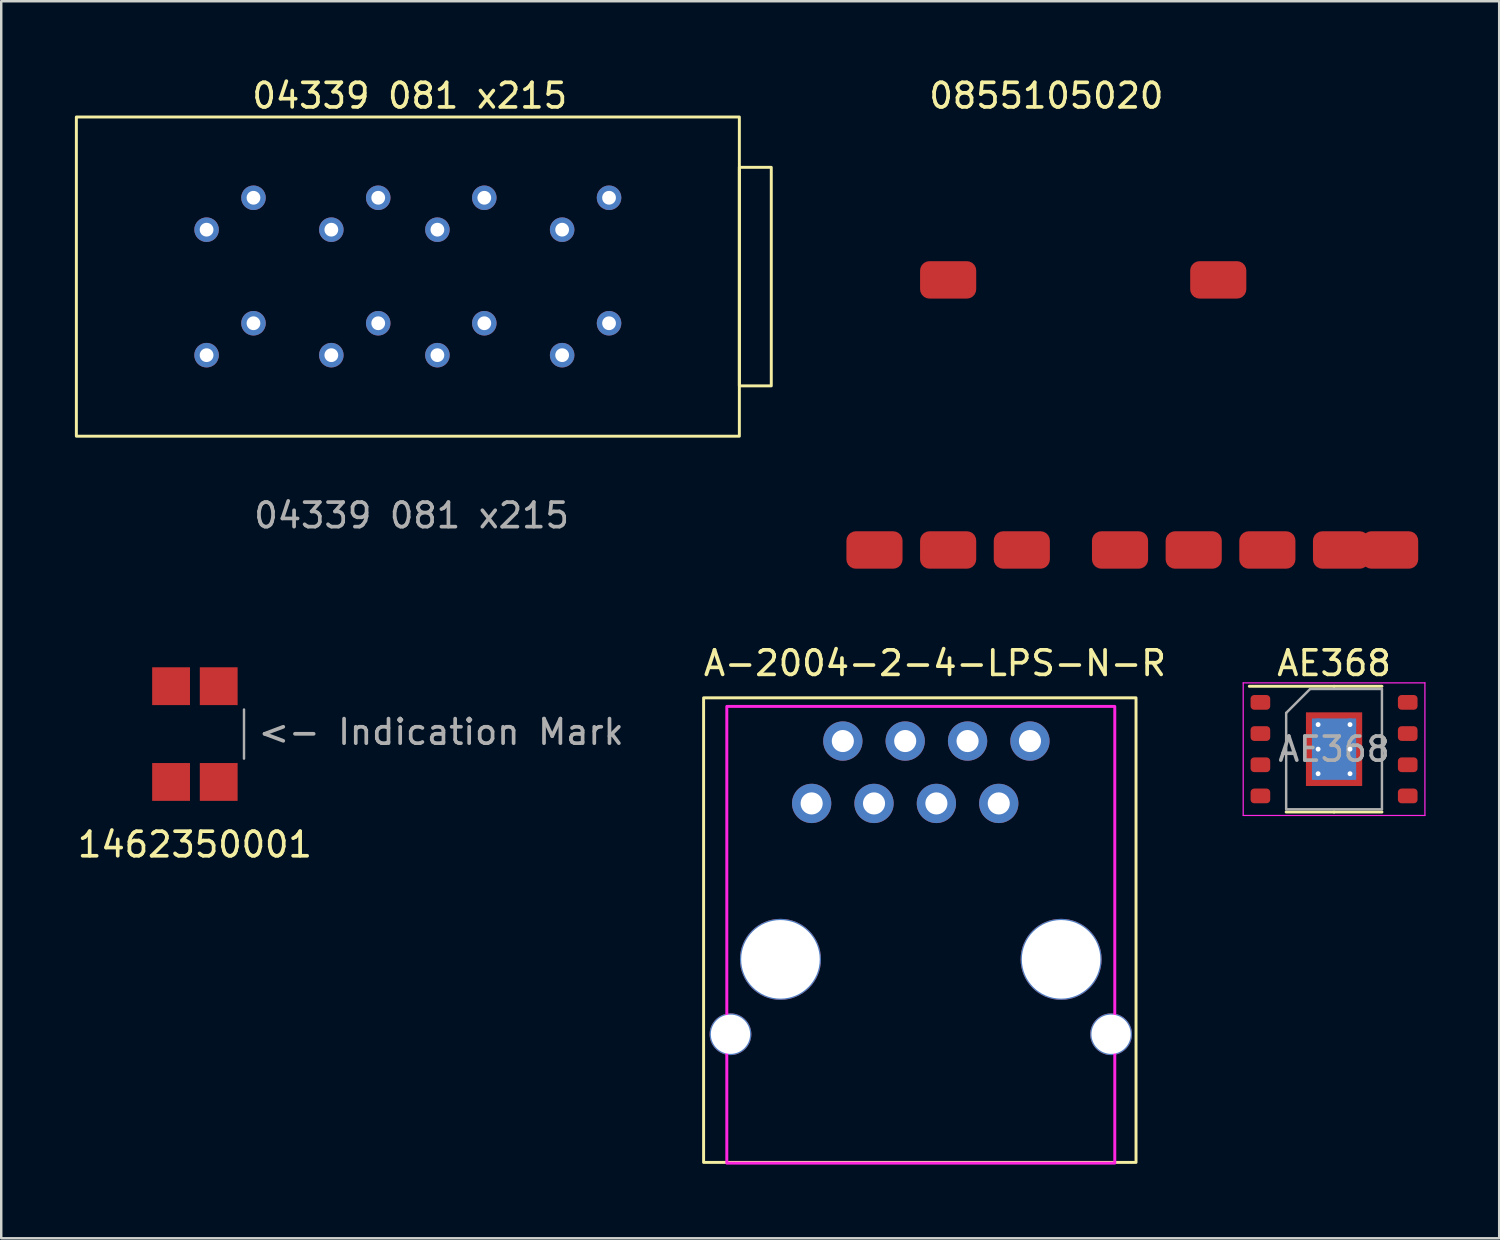
<source format=kicad_pcb>
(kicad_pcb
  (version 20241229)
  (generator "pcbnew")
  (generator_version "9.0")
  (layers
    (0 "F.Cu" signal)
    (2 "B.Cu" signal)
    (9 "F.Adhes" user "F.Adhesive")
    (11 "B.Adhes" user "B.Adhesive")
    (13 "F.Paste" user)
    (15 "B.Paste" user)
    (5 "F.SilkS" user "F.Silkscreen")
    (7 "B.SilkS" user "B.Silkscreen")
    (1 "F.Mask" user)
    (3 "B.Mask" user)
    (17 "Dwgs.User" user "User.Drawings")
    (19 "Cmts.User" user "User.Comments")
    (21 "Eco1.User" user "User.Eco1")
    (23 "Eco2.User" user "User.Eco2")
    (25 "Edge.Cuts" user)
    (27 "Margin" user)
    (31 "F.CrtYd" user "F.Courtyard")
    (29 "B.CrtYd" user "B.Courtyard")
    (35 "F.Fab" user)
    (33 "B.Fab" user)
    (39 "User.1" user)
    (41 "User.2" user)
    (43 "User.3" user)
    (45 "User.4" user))
  (footprint "04339 081 x215"
    (layer "F.Cu")
    (at 13.56 8.214)
    (property "Reference" "04339 081 x215" (at 0.076 -7.366 0) (unlocked yes) (layer "F.SilkS") (effects (font (size 1 1) (thickness 0.15))))
    (attr through_hole)
    (fp_rect (start -13.5 -6.5) (end 13.5 6.5) (stroke (width 0.12) (type solid)) (fill no) (layer "F.SilkS"))
    (fp_rect (start 13.5 -4.45) (end 14.8 4.45) (stroke (width 0.12) (type solid)) (fill no) (layer "F.SilkS"))
    (fp_text user "${REFERENCE}" (at 0.152 9.728 0) (unlocked yes) (layer "F.Fab") (effects (font (size 1 1) (thickness 0.15))))
    (pad "1" thru_hole circle (at -8.197 -1.91) (size 1 1) (drill 0.56) (layers "*.Cu" "*.Mask"))
    (pad "1" thru_hole circle (at -6.287 -3.21) (size 1 1) (drill 0.56) (layers "*.Cu" "*.Mask"))
    (pad "1" thru_hole circle (at -3.117 -1.91) (size 1 1) (drill 0.56) (layers "*.Cu" "*.Mask"))
    (pad "1" thru_hole circle (at -1.207 -3.21) (size 1 1) (drill 0.56) (layers "*.Cu" "*.Mask"))
    (pad "2" thru_hole circle (at -8.197 3.2) (size 1 1) (drill 0.56) (layers "*.Cu" "*.Mask"))
    (pad "2" thru_hole circle (at -6.287 1.9) (size 1 1) (drill 0.56) (layers "*.Cu" "*.Mask"))
    (pad "2" thru_hole circle (at -3.117 3.2) (size 1 1) (drill 0.56) (layers "*.Cu" "*.Mask"))
    (pad "2" thru_hole circle (at -1.207 1.9) (size 1 1) (drill 0.56) (layers "*.Cu" "*.Mask"))
    (pad "3" thru_hole circle (at 1.203 3.2) (size 1 1) (drill 0.56) (layers "*.Cu" "*.Mask"))
    (pad "3" thru_hole circle (at 3.113 1.9) (size 1 1) (drill 0.56) (layers "*.Cu" "*.Mask"))
    (pad "3" thru_hole circle (at 6.283 3.2) (size 1 1) (drill 0.56) (layers "*.Cu" "*.Mask"))
    (pad "3" thru_hole circle (at 8.193 1.9) (size 1 1) (drill 0.56) (layers "*.Cu" "*.Mask"))
    (pad "4" thru_hole circle (at 1.203 -1.91) (size 1 1) (drill 0.56) (layers "*.Cu" "*.Mask"))
    (pad "4" thru_hole circle (at 3.113 -3.21) (size 1 1) (drill 0.56) (layers "*.Cu" "*.Mask"))
    (pad "4" thru_hole circle (at 6.283 -1.91) (size 1 1) (drill 0.56) (layers "*.Cu" "*.Mask"))
    (pad "4" thru_hole circle (at 8.193 -3.21) (size 1 1) (drill 0.56) (layers "*.Cu" "*.Mask")))
  (footprint "0855105020"
    (layer "F.Cu")
    (at 39.563 10.348)
    (property "Reference" "0855105020" (at 0 -9.5 0) (unlocked yes) (layer "F.SilkS") (effects (font (size 1 1) (thickness 0.15))))
    (attr smd)
    (pad "1" smd roundrect (at -7 9) (size 2.286 1.524) (layers "F.Cu" "F.Mask" "F.Paste") (roundrect_rratio 0.25))
    (pad "2" smd roundrect (at -4 9) (size 2.286 1.524) (layers "F.Cu" "F.Mask" "F.Paste") (roundrect_rratio 0.25))
    (pad "3" smd roundrect (at -1 9) (size 2.286 1.524) (layers "F.Cu" "F.Mask" "F.Paste") (roundrect_rratio 0.25))
    (pad "4" smd roundrect (at 3 9) (size 2.286 1.524) (layers "F.Cu" "F.Mask" "F.Paste") (roundrect_rratio 0.25))
    (pad "5" smd roundrect (at 6 9) (size 2.286 1.524) (layers "F.Cu" "F.Mask" "F.Paste") (roundrect_rratio 0.25))
    (pad "6" smd roundrect (at 9 9) (size 2.286 1.524) (layers "F.Cu" "F.Mask" "F.Paste") (roundrect_rratio 0.25))
    (pad "7" smd roundrect (at 12 9) (size 2.286 1.524) (layers "F.Cu" "F.Mask" "F.Paste") (roundrect_rratio 0.25))
    (pad "8" smd roundrect (at 14 9) (size 2.286 1.524) (layers "F.Cu" "F.Mask" "F.Paste") (roundrect_rratio 0.25))
    (pad "9" smd roundrect (at -4 -2) (size 2.286 1.524) (layers "F.Cu" "F.Mask" "F.Paste") (roundrect_rratio 0.25))
    (pad "10" smd roundrect (at 7 -2) (size 2.286 1.524) (layers "F.Cu" "F.Mask" "F.Paste") (roundrect_rratio 0.25)))
  (footprint "AE368"
    (layer "F.Cu")
    (at 51.279 27.459)
    (property "Reference" "AE368" (at 0 -3.5 0) (unlocked yes) (layer "F.SilkS") (effects (font (size 1 1) (thickness 0.15))))
    (attr smd)
    (fp_line (start 0 -2.56) (end -3.45 -2.56) (stroke (width 0.12) (type solid)) (layer "F.SilkS"))
    (fp_line (start 0 -2.56) (end 1.95 -2.56) (stroke (width 0.12) (type solid)) (layer "F.SilkS"))
    (fp_line (start 0 2.56) (end -1.95 2.56) (stroke (width 0.12) (type solid)) (layer "F.SilkS"))
    (fp_line (start 0 2.56) (end 1.95 2.56) (stroke (width 0.12) (type solid)) (layer "F.SilkS"))
    (fp_line (start -3.7 -2.7) (end -3.7 2.7) (stroke (width 0.05) (type solid)) (layer "F.CrtYd"))
    (fp_line (start -3.7 2.7) (end 3.7 2.7) (stroke (width 0.05) (type solid)) (layer "F.CrtYd"))
    (fp_line (start 3.7 -2.7) (end -3.7 -2.7) (stroke (width 0.05) (type solid)) (layer "F.CrtYd"))
    (fp_line (start 3.7 2.7) (end 3.7 -2.7) (stroke (width 0.05) (type solid)) (layer "F.CrtYd"))
    (fp_line (start -1.95 -1.475) (end -0.975 -2.45) (stroke (width 0.1) (type solid)) (layer "F.Fab"))
    (fp_line (start -1.95 2.45) (end -1.95 -1.475) (stroke (width 0.1) (type solid)) (layer "F.Fab"))
    (fp_line (start -0.975 -2.45) (end 1.95 -2.45) (stroke (width 0.1) (type solid)) (layer "F.Fab"))
    (fp_line (start 1.95 -2.45) (end 1.95 2.45) (stroke (width 0.1) (type solid)) (layer "F.Fab"))
    (fp_line (start 1.95 2.45) (end -1.95 2.45) (stroke (width 0.1) (type solid)) (layer "F.Fab"))
    (fp_text user "${REFERENCE}" (at 0 0 0) (layer "F.Fab") (effects (font (size 0.98 0.98) (thickness 0.15))))
    (pad "" smd roundrect (at -0.57 -0.75) (size 0.96 1.25) (layers "F.Paste") (roundrect_rratio 0.25))
    (pad "" smd roundrect (at -0.57 0.75) (size 0.96 1.25) (layers "F.Paste") (roundrect_rratio 0.25))
    (pad "" smd roundrect (at 0.57 -0.75) (size 0.96 1.25) (layers "F.Paste") (roundrect_rratio 0.25))
    (pad "" smd roundrect (at 0.57 0.75) (size 0.96 1.25) (layers "F.Paste") (roundrect_rratio 0.25))
    (pad "1" smd roundrect (at -3 -1.905) (size 0.8 0.6) (layers "F.Cu" "F.Mask" "F.Paste") (roundrect_rratio 0.25))
    (pad "2" smd roundrect (at -3 -0.635) (size 0.8 0.6) (layers "F.Cu" "F.Mask" "F.Paste") (roundrect_rratio 0.25))
    (pad "3" smd roundrect (at -3 0.635) (size 0.8 0.6) (layers "F.Cu" "F.Mask" "F.Paste") (roundrect_rratio 0.25))
    (pad "4" smd roundrect (at -3 1.905) (size 0.8 0.6) (layers "F.Cu" "F.Mask" "F.Paste") (roundrect_rratio 0.25))
    (pad "5" smd roundrect (at 3 1.905) (size 0.8 0.6) (layers "F.Cu" "F.Mask" "F.Paste") (roundrect_rratio 0.25))
    (pad "6" smd roundrect (at 3 0.635) (size 0.8 0.6) (layers "F.Cu" "F.Mask" "F.Paste") (roundrect_rratio 0.25))
    (pad "7" smd roundrect (at 3 -0.635) (size 0.8 0.6) (layers "F.Cu" "F.Mask" "F.Paste") (roundrect_rratio 0.25))
    (pad "8" smd roundrect (at 3 -1.905) (size 0.8 0.6) (layers "F.Cu" "F.Mask" "F.Paste") (roundrect_rratio 0.25))
    (pad "9" thru_hole circle (at -0.65 -1) (size 0.5 0.5) (drill 0.2) (layers "*.Cu"))
    (pad "9" thru_hole circle (at -0.65 0) (size 0.5 0.5) (drill 0.2) (layers "*.Cu"))
    (pad "9" thru_hole circle (at -0.65 1) (size 0.5 0.5) (drill 0.2) (layers "*.Cu"))
    (pad "9" smd rect (at 0 0) (size 1.8 2.5) (layers "B.Cu"))
    (pad "9" smd rect (at 0 0) (size 2.29 3) (layers "F.Cu" "F.Mask"))
    (pad "9" thru_hole circle (at 0.65 -1) (size 0.5 0.5) (drill 0.2) (layers "*.Cu"))
    (pad "9" thru_hole circle (at 0.65 0) (size 0.5 0.5) (drill 0.2) (layers "*.Cu"))
    (pad "9" thru_hole circle (at 0.65 1) (size 0.5 0.5) (drill 0.2) (layers "*.Cu")))
  (footprint "A-2004-2-4-LPS-N-R"
    (layer "F.Cu")
    (at 30.004 29.669)
    (property "Reference" "A-2004-2-4-LPS-N-R" (at 5.02 -5.71 0) (unlocked yes) (layer "F.SilkS") (effects (font (size 1 1) (thickness 0.15))))
    (attr through_hole)
    (fp_rect (start -4.4 -4.3) (end 13.21 14.62) (stroke (width 0.12) (type solid)) (fill no) (layer "F.SilkS"))
    (fp_rect (start -3.455 -3.95) (end 12.345 14.65) (stroke (width 0.12) (type solid)) (fill no) (layer "F.CrtYd"))
    (pad "" thru_hole circle (at -3.305 9.4) (size 1.7 1.7) (drill 1.6) (layers "*.Cu" "*.Mask"))
    (pad "" thru_hole circle (at -1.27 6.35) (size 3.3 3.3) (drill 3.2) (layers "*.Cu" "*.Mask"))
    (pad "" thru_hole circle (at 10.16 6.35) (size 3.3 3.3) (drill 3.2) (layers "*.Cu" "*.Mask"))
    (pad "" thru_hole circle (at 12.195 9.4) (size 1.7 1.7) (drill 1.6) (layers "*.Cu" "*.Mask"))
    (pad "1" thru_hole circle (at 0 0) (size 1.6 1.6) (drill 0.9) (layers "*.Cu" "*.Mask"))
    (pad "2" thru_hole circle (at 1.27 -2.54) (size 1.6 1.6) (drill 0.9) (layers "*.Cu" "*.Mask"))
    (pad "3" thru_hole circle (at 2.54 0) (size 1.6 1.6) (drill 0.9) (layers "*.Cu" "*.Mask"))
    (pad "4" thru_hole circle (at 3.81 -2.54) (size 1.6 1.6) (drill 0.9) (layers "*.Cu" "*.Mask"))
    (pad "5" thru_hole circle (at 5.08 0) (size 1.6 1.6) (drill 0.9) (layers "*.Cu" "*.Mask"))
    (pad "6" thru_hole circle (at 6.35 -2.54) (size 1.6 1.6) (drill 0.9) (layers "*.Cu" "*.Mask"))
    (pad "7" thru_hole circle (at 7.62 0) (size 1.6 1.6) (drill 0.9) (layers "*.Cu" "*.Mask"))
    (pad "8" thru_hole circle (at 8.89 -2.54) (size 1.6 1.6) (drill 0.9) (layers "*.Cu" "*.Mask")))
  (footprint "1462350001"
    (layer "F.Cu")
    (at 4.887 26.845)
    (property "Reference" "1462350001" (at 0 4.5 0) (unlocked yes) (layer "F.SilkS") (effects (font (size 1 1) (thickness 0.15))))
    (attr smd)
    (fp_line (start 2 1) (end 2 -1) (stroke (width 0.1) (type default)) (layer "F.Fab"))
    (fp_text user "<- Indication Mark" (at 2.5 0.5 0) (unlocked yes) (layer "F.Fab") (effects (font (size 1 1) (thickness 0.15)) (justify left bottom)))
    (pad "1" smd rect (at 0.97 1.95) (size 1.54 1.54) (layers "F.Cu" "F.Mask" "F.Paste"))
    (pad "2" smd rect (at -0.97 1.95) (size 1.54 1.54) (layers "F.Cu" "F.Mask" "F.Paste"))
    (pad "3" smd rect (at -0.97 -1.95) (size 1.54 1.54) (layers "F.Cu" "F.Mask" "F.Paste"))
    (pad "4" smd rect (at 0.97 -1.95) (size 1.54 1.54) (layers "F.Cu" "F.Mask" "F.Paste"))
    (zone (net_name "") (layers "F.Cu" "B.Cu") (hatch edge 0.5) (connect_pads) (min_thickness 0.25) (filled_areas_thickness no) (keepout (tracks allowed) (vias allowed) (pads allowed) (copperpour not_allowed) (footprints allowed)) (placement (enabled no)) (fill) (polygon (pts (xy 7.527 23.11) (xy 7.527 30.58) (xy 2.247 30.58) (xy 2.247 23.11)))))
  (gr_rect
    (start -3 -3)
    (end 58.004 47.379)
    (stroke (width 0.1) (type default))
    (fill no)
    (layer "Edge.Cuts")))
</source>
